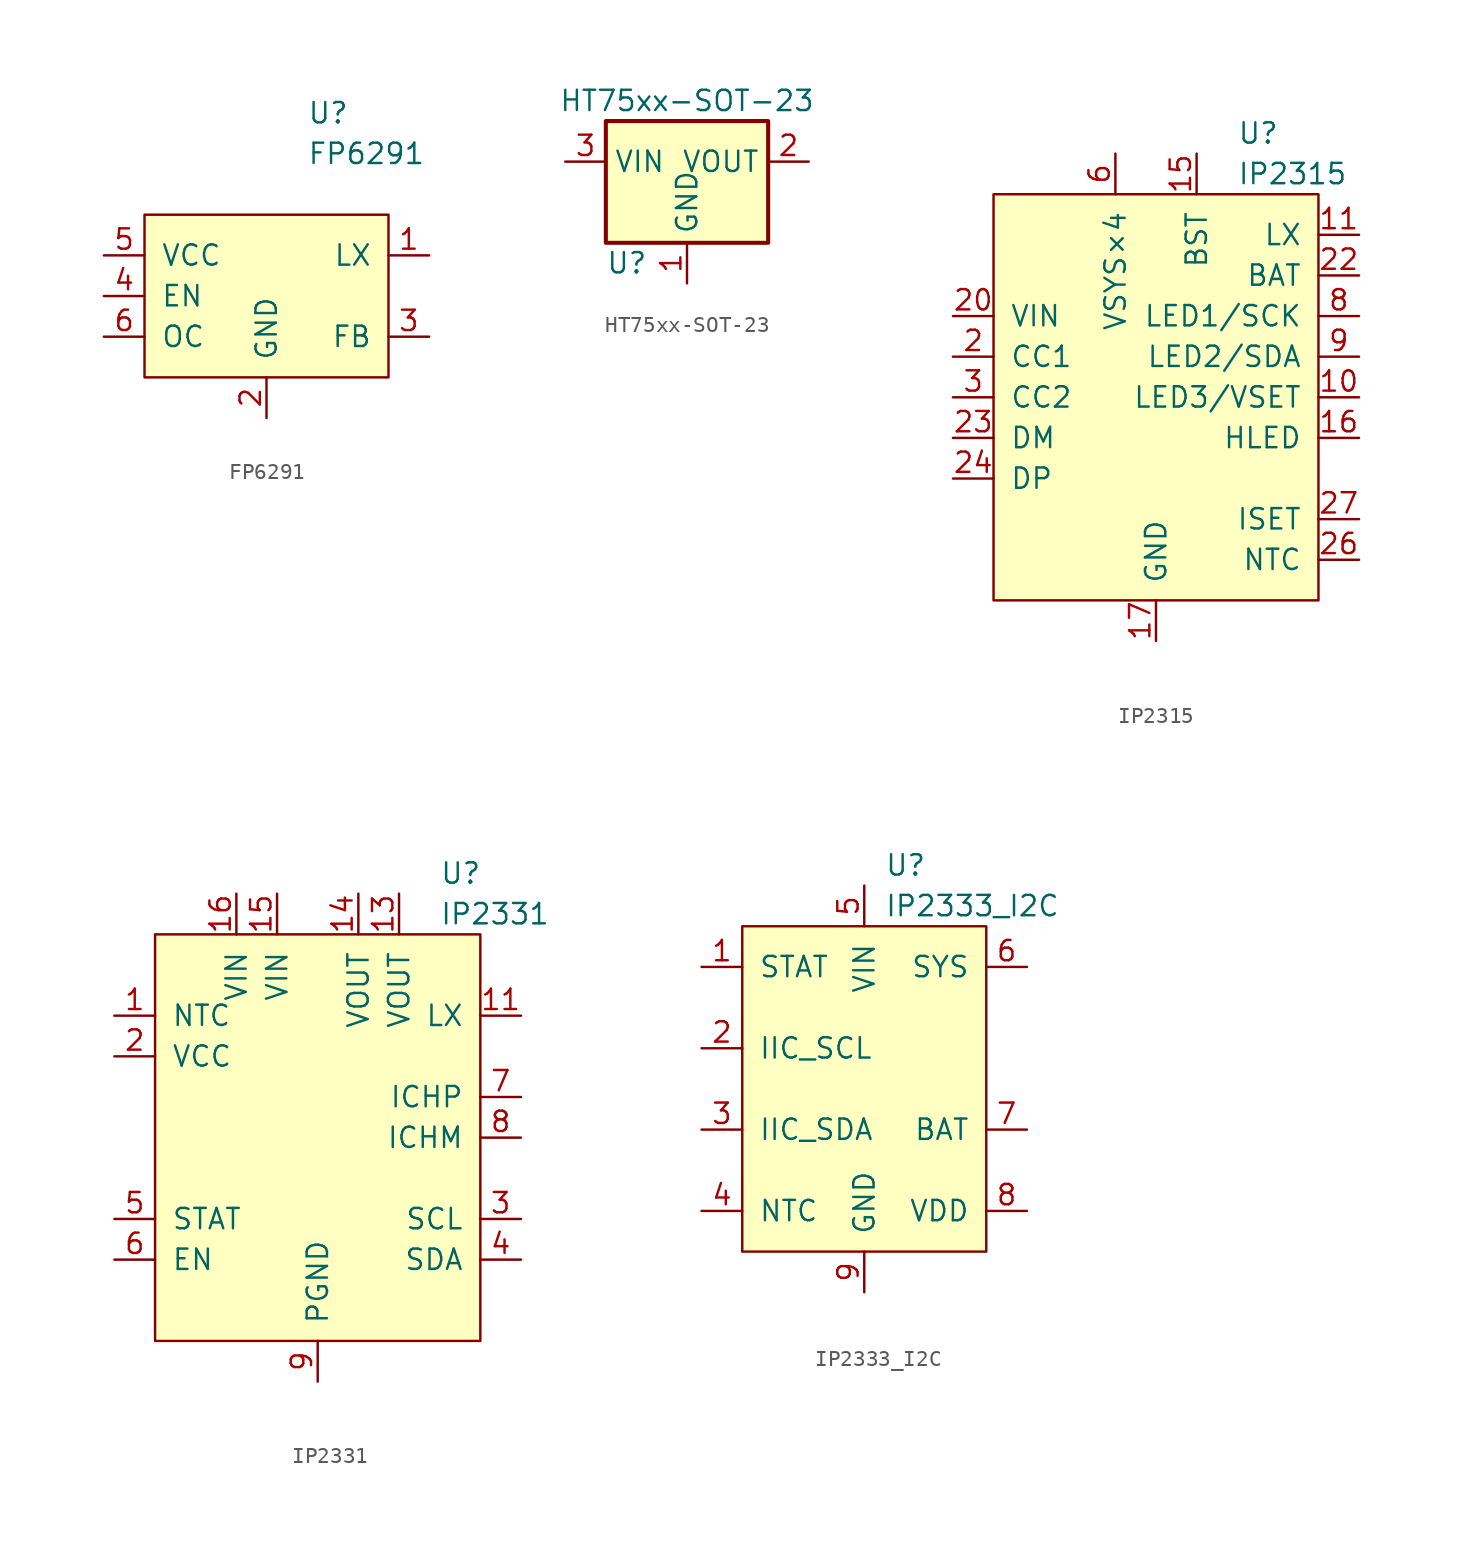
<source format=kicad_sym>
(kicad_symbol_lib
  (version 20241209)
  (generator "kicad_symbol_editor")
  (generator_version "9.0")
  (symbol "FP6291"
    (pin_names
      (offset 1.016))
    (property "Reference" "U"
      (at 2.54 11.43 0)
      (effects (font (size 1.27 1.27)) (justify left)))
    (property "Value" "FP6291"
      (at 2.54 8.89 0)
      (effects (font (size 1.27 1.27)) (justify left)))
    (symbol "FP6291_0_1"
      (rectangle (start -7.62 5.08) (end 7.62 -5.08) (stroke (width 0) (type default)) (fill (type background))))
    (symbol "FP6291_1_1"
      (pin power_in line (at -10.16 2.54 0) (length 2.54) (name "VCC" (effects (font (size 1.27 1.27)))) (number "5" (effects (font (size 1.27 1.27)))))
      (pin input line (at -10.16 0 0) (length 2.54) (name "EN" (effects (font (size 1.27 1.27)))) (number "4" (effects (font (size 1.27 1.27)))))
      (pin input line (at -10.16 -2.54 0) (length 2.54) (name "OC" (effects (font (size 1.27 1.27)))) (number "6" (effects (font (size 1.27 1.27)))))
      (pin power_in line (at 0 -7.62 90) (length 2.54) (name "GND" (effects (font (size 1.27 1.27)))) (number "2" (effects (font (size 1.27 1.27)))))
      (pin power_out line (at 10.16 2.54 180) (length 2.54) (name "LX" (effects (font (size 1.27 1.27)))) (number "1" (effects (font (size 1.27 1.27)))))
      (pin input line (at 10.16 -2.54 180) (length 2.54) (name "FB" (effects (font (size 1.27 1.27)))) (number "3" (effects (font (size 1.27 1.27)))))))
  (symbol "HT75xx-SOT-23"
    (property "Reference" "U"
      (at -5.08 -3.81 0)
      (effects (font (size 1.27 1.27)) (justify left)))
    (property "Value" "HT75xx-SOT-23"
      (at 0 6.35 0)
      (effects (font (size 1.27 1.27))))
    (symbol "HT75xx-SOT-23_0_1"
      (rectangle (start -5.08 5.08) (end 5.08 -2.54) (stroke (width 0.254) (type default)) (fill (type background))))
    (symbol "HT75xx-SOT-23_1_1"
      (pin power_in line (at -7.62 2.54 0) (length 2.54) (name "VIN" (effects (font (size 1.27 1.27)))) (number "3" (effects (font (size 1.27 1.27)))))
      (pin power_in line (at 0 -5.08 90) (length 2.54) (name "GND" (effects (font (size 1.27 1.27)))) (number "1" (effects (font (size 1.27 1.27)))))
      (pin power_out line (at 7.62 2.54 180) (length 2.54) (name "VOUT" (effects (font (size 1.27 1.27)))) (number "2" (effects (font (size 1.27 1.27)))))))
  (symbol "IP2315"
    (pin_names
      (offset 1.016))
    (property "Reference" "U"
      (at 5.08 16.51 0)
      (effects (font (size 1.27 1.27)) (justify left)))
    (property "Value" "IP2315"
      (at 5.08 13.97 0)
      (effects (font (size 1.27 1.27)) (justify left)))
    (symbol "IP2315_0_1"
      (rectangle (start -10.16 12.7) (end 10.16 -12.7) (stroke (width 0) (type default)) (fill (type background))))
    (symbol "IP2315_1_0"
      (pin power_in line (at -12.7 5.08 0) (length 2.54) (name "VIN" (effects (font (size 1.27 1.27)))) (number "20" (effects (font (size 1.27 1.27)))))
      (pin power_in line (at -12.7 5.08 0) (length 2.54) (hide yes) (name "VIN" (effects (font (size 1.27 1.27)))) (number "21" (effects (font (size 1.27 1.27)))))
      (pin input line (at -12.7 -2.54 0) (length 2.54) (name "DM" (effects (font (size 1.27 1.27)))) (number "23" (effects (font (size 1.27 1.27)))))
      (pin input line (at -12.7 -5.08 0) (length 2.54) (name "DP" (effects (font (size 1.27 1.27)))) (number "24" (effects (font (size 1.27 1.27)))))
      (pin no_connect line (at -12.7 -7.62 0) (length 2.54) (hide yes) (name "NC" (effects (font (size 1.27 1.27)))) (number "25" (effects (font (size 1.27 1.27)))))
      (pin no_connect line (at -12.7 -7.62 0) (length 2.54) (hide yes) (name "NC" (effects (font (size 1.27 1.27)))) (number "28" (effects (font (size 1.27 1.27)))))
      (pin no_connect line (at -12.7 -7.62 0) (length 2.54) (hide yes) (name "NC" (effects (font (size 1.27 1.27)))) (number "29" (effects (font (size 1.27 1.27)))))
      (pin no_connect line (at -12.7 -7.62 0) (length 2.54) (hide yes) (name "NC" (effects (font (size 1.27 1.27)))) (number "30" (effects (font (size 1.27 1.27)))))
      (pin no_connect line (at -12.7 -7.62 0) (length 2.54) (hide yes) (name "NC" (effects (font (size 1.27 1.27)))) (number "32" (effects (font (size 1.27 1.27)))))
      (pin no_connect line (at -12.7 -7.62 0) (length 2.54) (hide yes) (name "NC" (effects (font (size 1.27 1.27)))) (number "5" (effects (font (size 1.27 1.27)))))
      (pin power_out line (at -2.54 15.24 270) (length 2.54) (hide yes) (name "VSYS×4" (effects (font (size 1.27 1.27)))) (number "18" (effects (font (size 1.27 1.27)))))
      (pin power_out line (at -2.54 15.24 270) (length 2.54) (hide yes) (name "VSYS×4" (effects (font (size 1.27 1.27)))) (number "19" (effects (font (size 1.27 1.27)))))
      (pin power_out line (at -2.54 15.24 270) (length 2.54) (hide yes) (name "VSYS×4" (effects (font (size 1.27 1.27)))) (number "7" (effects (font (size 1.27 1.27)))))
      (pin output line (at 0 -15.24 90) (length 2.54) (name "GND" (effects (font (size 1.27 1.27)))) (number "17" (effects (font (size 1.27 1.27)))))
      (pin output line (at 0 -15.24 90) (length 2.54) (hide yes) (name "GND" (effects (font (size 1.27 1.27)))) (number "31" (effects (font (size 1.27 1.27)))))
      (pin output line (at 0 -15.24 90) (length 2.54) (hide yes) (name "GND" (effects (font (size 1.27 1.27)))) (number "33" (effects (font (size 1.27 1.27)))))
      (pin power_out line (at 12.7 10.16 180) (length 2.54) (hide yes) (name "LX" (effects (font (size 1.27 1.27)))) (number "12" (effects (font (size 1.27 1.27)))))
      (pin power_out line (at 12.7 10.16 180) (length 2.54) (hide yes) (name "LX" (effects (font (size 1.27 1.27)))) (number "13" (effects (font (size 1.27 1.27)))))
      (pin power_out line (at 12.7 10.16 180) (length 2.54) (hide yes) (name "LX" (effects (font (size 1.27 1.27)))) (number "14" (effects (font (size 1.27 1.27)))))
      (pin input line (at 12.7 7.62 180) (length 2.54) (name "BAT" (effects (font (size 1.27 1.27)))) (number "22" (effects (font (size 1.27 1.27)))))
      (pin bidirectional line (at 12.7 0 180) (length 2.54) (name "LED3/VSET" (effects (font (size 1.27 1.27)))) (number "10" (effects (font (size 1.27 1.27)))))
      (pin output line (at 12.7 -2.54 180) (length 2.54) (name "HLED" (effects (font (size 1.27 1.27)))) (number "16" (effects (font (size 1.27 1.27)))))
      (pin input line (at 12.7 -7.62 180) (length 2.54) (name "ISET" (effects (font (size 1.27 1.27)))) (number "27" (effects (font (size 1.27 1.27)))))
      (pin input line (at 12.7 -10.16 180) (length 2.54) (name "NTC" (effects (font (size 1.27 1.27)))) (number "26" (effects (font (size 1.27 1.27))))))
    (symbol "IP2315_1_1"
      (pin input line (at -12.7 2.54 0) (length 2.54) (name "CC1" (effects (font (size 1.27 1.27)))) (number "2" (effects (font (size 1.27 1.27)))))
      (pin input line (at -12.7 0 0) (length 2.54) (name "CC2" (effects (font (size 1.27 1.27)))) (number "3" (effects (font (size 1.27 1.27)))))
      (pin no_connect line (at -12.7 -7.62 0) (length 2.54) (hide yes) (name "NC" (effects (font (size 1.27 1.27)))) (number "1" (effects (font (size 1.27 1.27)))))
      (pin no_connect line (at -12.7 -7.62 0) (length 2.54) (hide yes) (name "NC" (effects (font (size 1.27 1.27)))) (number "4" (effects (font (size 1.27 1.27)))))
      (pin power_out line (at -2.54 15.24 270) (length 2.54) (name "VSYS×4" (effects (font (size 1.27 1.27)))) (number "6" (effects (font (size 1.27 1.27)))))
      (pin output line (at 2.54 15.24 270) (length 2.54) (name "BST" (effects (font (size 1.27 1.27)))) (number "15" (effects (font (size 1.27 1.27)))))
      (pin power_out line (at 12.7 10.16 180) (length 2.54) (name "LX" (effects (font (size 1.27 1.27)))) (number "11" (effects (font (size 1.27 1.27)))))
      (pin bidirectional line (at 12.7 5.08 180) (length 2.54) (name "LED1/SCK" (effects (font (size 1.27 1.27)))) (number "8" (effects (font (size 1.27 1.27)))))
      (pin bidirectional line (at 12.7 2.54 180) (length 2.54) (name "LED2/SDA" (effects (font (size 1.27 1.27)))) (number "9" (effects (font (size 1.27 1.27)))))))
  (symbol "IP2331"
    (pin_names
      (offset 1.016))
    (property "Reference" "U"
      (at 7.62 16.51 0)
      (effects (font (size 1.27 1.27)) (justify left)))
    (property "Value" "IP2331"
      (at 7.62 13.97 0)
      (effects (font (size 1.27 1.27)) (justify left)))
    (symbol "IP2331_0_1"
      (rectangle (start -10.16 12.7) (end 10.16 -12.7) (stroke (width 0) (type default)) (fill (type background))))
    (symbol "IP2331_1_0"
      (pin output line (at -12.7 -5.08 0) (length 2.54) (name "STAT" (effects (font (size 1.27 1.27)))) (number "5" (effects (font (size 1.27 1.27)))))
      (pin power_in line (at -5.08 15.24 270) (length 2.54) (name "VIN" (effects (font (size 1.27 1.27)))) (number "16" (effects (font (size 1.27 1.27)))))
      (pin power_in line (at 0 -15.24 90) (length 2.54) (hide yes) (name "PGND" (effects (font (size 1.27 1.27)))) (number "10" (effects (font (size 1.27 1.27)))))
      (pin power_in line (at 0 -15.24 90) (length 2.54) (hide yes) (name "PGND" (effects (font (size 1.27 1.27)))) (number "17" (effects (font (size 1.27 1.27)))))
      (pin power_out line (at 2.54 15.24 270) (length 2.54) (name "VOUT" (effects (font (size 1.27 1.27)))) (number "14" (effects (font (size 1.27 1.27)))))
      (pin power_out line (at 5.08 15.24 270) (length 2.54) (name "VOUT" (effects (font (size 1.27 1.27)))) (number "13" (effects (font (size 1.27 1.27)))))
      (pin power_out line (at 12.7 7.62 180) (length 2.54) (hide yes) (name "LX" (effects (font (size 1.27 1.27)))) (number "12" (effects (font (size 1.27 1.27)))))
      (pin input line (at 12.7 2.54 180) (length 2.54) (name "ICHP" (effects (font (size 1.27 1.27)))) (number "7" (effects (font (size 1.27 1.27))))))
    (symbol "IP2331_1_1"
      (pin input line (at -12.7 7.62 0) (length 2.54) (name "NTC" (effects (font (size 1.27 1.27)))) (number "1" (effects (font (size 1.27 1.27)))))
      (pin power_out line (at -12.7 5.08 0) (length 2.54) (name "VCC" (effects (font (size 1.27 1.27)))) (number "2" (effects (font (size 1.27 1.27)))))
      (pin input line (at -12.7 -7.62 0) (length 2.54) (name "EN" (effects (font (size 1.27 1.27)))) (number "6" (effects (font (size 1.27 1.27)))))
      (pin power_in line (at -2.54 15.24 270) (length 2.54) (name "VIN" (effects (font (size 1.27 1.27)))) (number "15" (effects (font (size 1.27 1.27)))))
      (pin power_in line (at 0 -15.24 90) (length 2.54) (name "PGND" (effects (font (size 1.27 1.27)))) (number "9" (effects (font (size 1.27 1.27)))))
      (pin power_out line (at 12.7 7.62 180) (length 2.54) (name "LX" (effects (font (size 1.27 1.27)))) (number "11" (effects (font (size 1.27 1.27)))))
      (pin input line (at 12.7 0 180) (length 2.54) (name "ICHM" (effects (font (size 1.27 1.27)))) (number "8" (effects (font (size 1.27 1.27)))))
      (pin input line (at 12.7 -5.08 180) (length 2.54) (name "SCL" (effects (font (size 1.27 1.27)))) (number "3" (effects (font (size 1.27 1.27)))))
      (pin bidirectional line (at 12.7 -7.62 180) (length 2.54) (name "SDA" (effects (font (size 1.27 1.27)))) (number "4" (effects (font (size 1.27 1.27)))))))
  (symbol "IP2333_I2C"
    (pin_names
      (offset 1.016))
    (property "Reference" "U"
      (at 1.27 13.97 0)
      (effects (font (size 1.27 1.27)) (justify left)))
    (property "Value" "IP2333_I2C"
      (at 1.27 11.43 0)
      (effects (font (size 1.27 1.27)) (justify left)))
    (symbol "IP2333_I2C_0_1"
      (rectangle (start -7.62 10.16) (end 7.62 -10.16) (stroke (width 0) (type default)) (fill (type background))))
    (symbol "IP2333_I2C_1_1"
      (pin output line (at -10.16 7.62 0) (length 2.54) (name "STAT" (effects (font (size 1.27 1.27)))) (number "1" (effects (font (size 1.27 1.27)))))
      (pin input line (at -10.16 2.54 0) (length 2.54) (name "IIC_SCL" (effects (font (size 1.27 1.27)))) (number "2" (effects (font (size 1.27 1.27)))))
      (pin bidirectional line (at -10.16 -2.54 0) (length 2.54) (name "IIC_SDA" (effects (font (size 1.27 1.27)))) (number "3" (effects (font (size 1.27 1.27)))))
      (pin input line (at -10.16 -7.62 0) (length 2.54) (name "NTC" (effects (font (size 1.27 1.27)))) (number "4" (effects (font (size 1.27 1.27)))))
      (pin power_in line (at 0 12.7 270) (length 2.54) (name "VIN" (effects (font (size 1.27 1.27)))) (number "5" (effects (font (size 1.27 1.27)))))
      (pin power_in line (at 0 -12.7 90) (length 2.54) (name "GND" (effects (font (size 1.27 1.27)))) (number "9" (effects (font (size 1.27 1.27)))))
      (pin power_out line (at 10.16 7.62 180) (length 2.54) (name "SYS" (effects (font (size 1.27 1.27)))) (number "6" (effects (font (size 1.27 1.27)))))
      (pin power_out line (at 10.16 -2.54 180) (length 2.54) (name "BAT" (effects (font (size 1.27 1.27)))) (number "7" (effects (font (size 1.27 1.27)))))
      (pin power_out line (at 10.16 -7.62 180) (length 2.54) (name "VDD" (effects (font (size 1.27 1.27)))) (number "8" (effects (font (size 1.27 1.27))))))))
</source>
